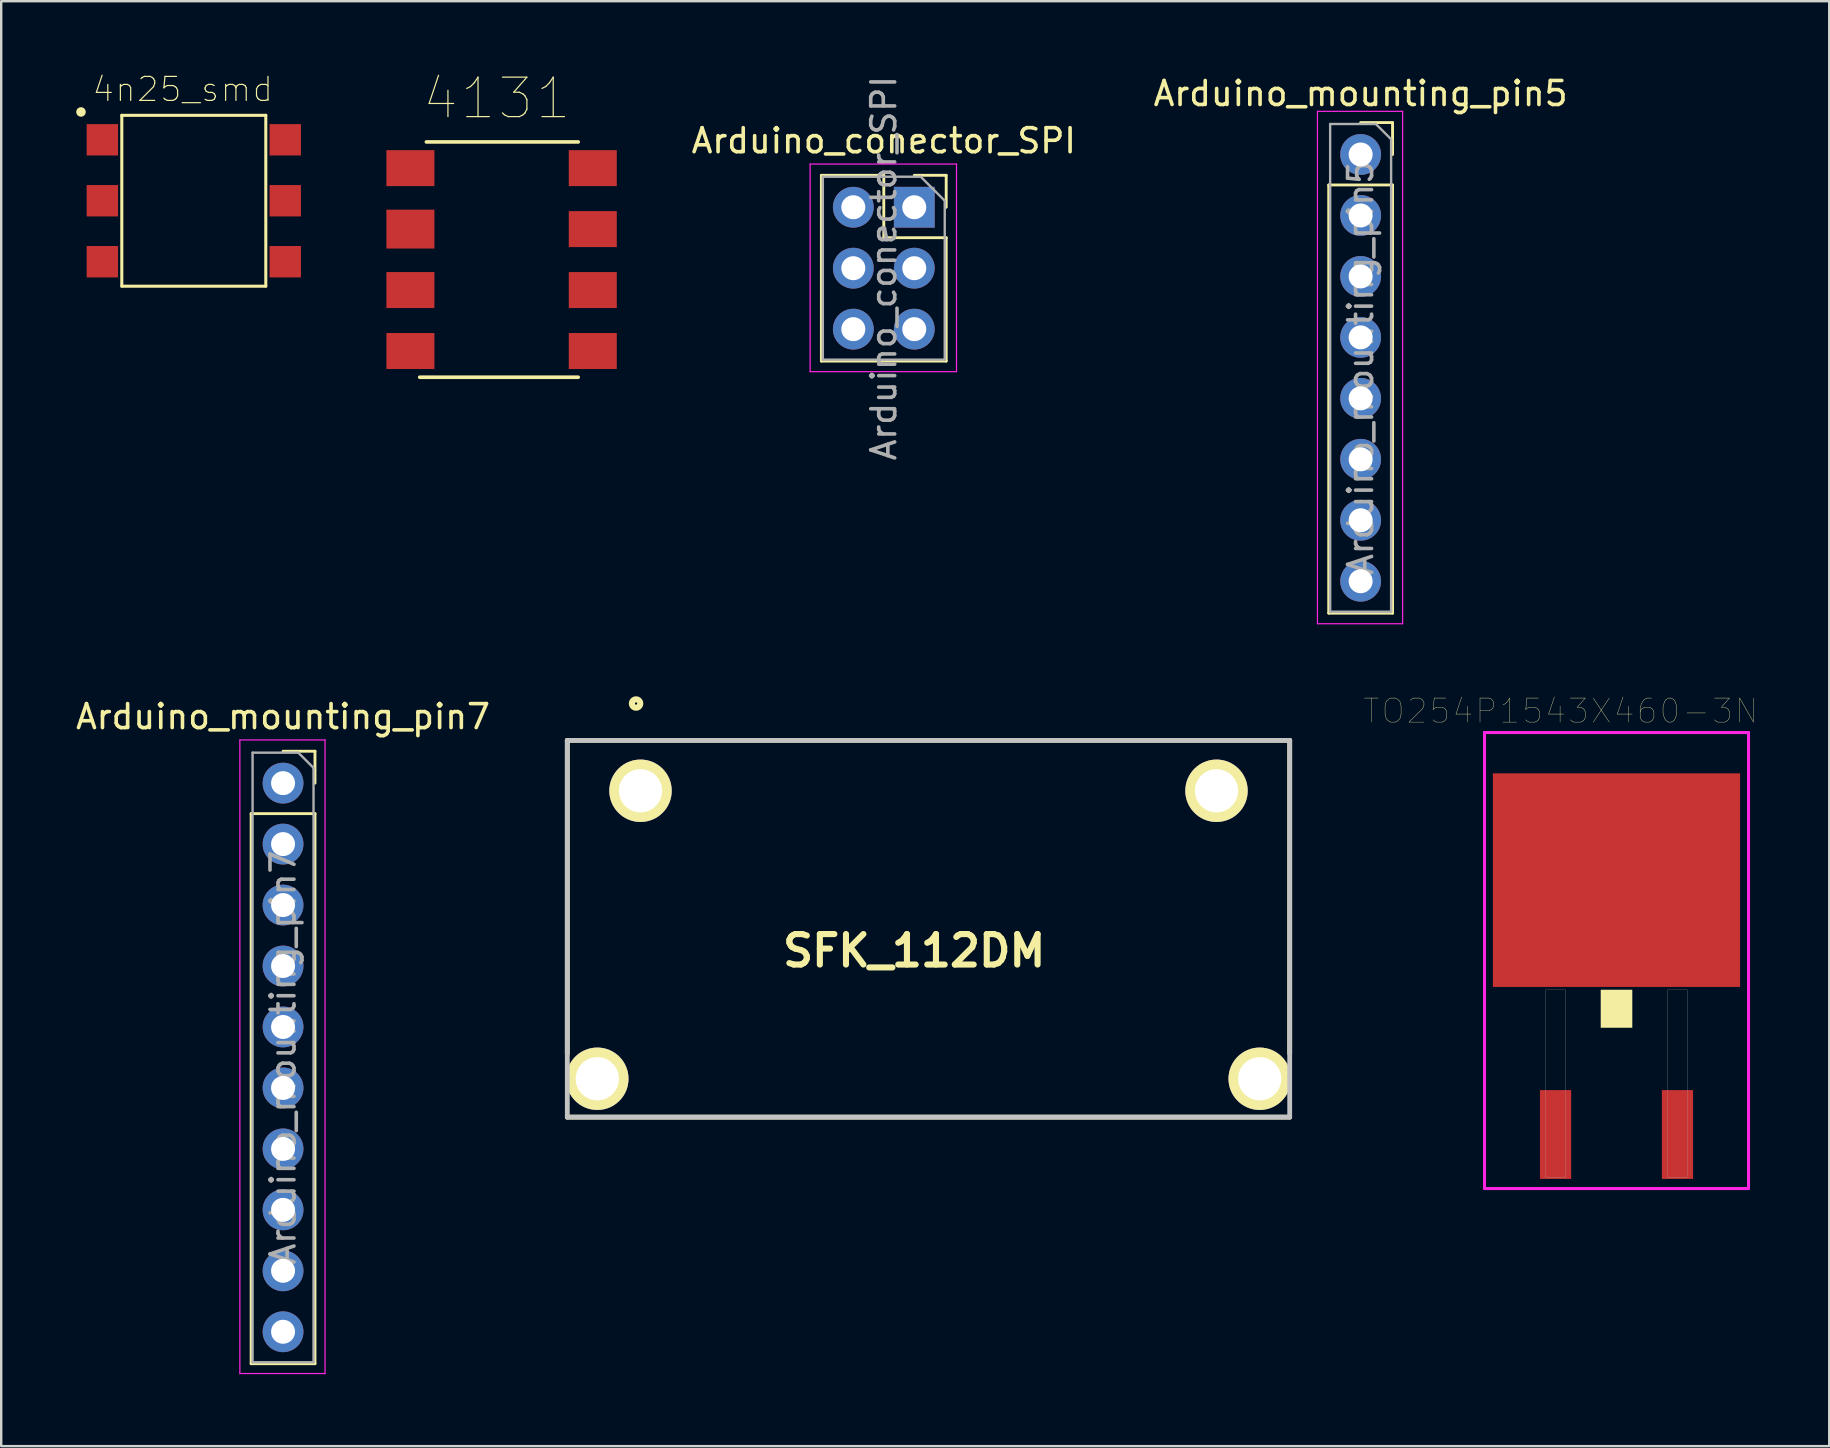
<source format=kicad_pcb>
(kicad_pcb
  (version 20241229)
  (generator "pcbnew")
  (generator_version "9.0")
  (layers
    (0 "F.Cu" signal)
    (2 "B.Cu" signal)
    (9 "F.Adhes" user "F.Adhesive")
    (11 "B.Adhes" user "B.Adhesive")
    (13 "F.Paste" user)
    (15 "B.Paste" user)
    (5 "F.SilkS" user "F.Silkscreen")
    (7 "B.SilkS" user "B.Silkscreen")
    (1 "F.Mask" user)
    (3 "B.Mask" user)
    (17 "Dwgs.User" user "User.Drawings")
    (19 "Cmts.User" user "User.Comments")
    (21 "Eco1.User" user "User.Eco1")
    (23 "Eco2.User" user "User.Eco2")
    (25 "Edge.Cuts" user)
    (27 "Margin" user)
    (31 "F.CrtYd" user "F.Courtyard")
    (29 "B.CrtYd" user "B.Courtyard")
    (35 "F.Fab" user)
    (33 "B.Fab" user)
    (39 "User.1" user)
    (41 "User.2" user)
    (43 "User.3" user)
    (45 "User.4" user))
  (footprint "Arduino_conector_SPI"
    (layer "F.Cu")
    (at 35.045 5.585)
    (property "Reference" "Arduino_conector_SPI" (at -1.27 -2.77 0) (layer "F.SilkS") (effects (font (size 1 1) (thickness 0.15))))
    (attr through_hole)
    (fp_line (start -3.87 -1.33) (end -3.87 6.41) (stroke (width 0.12) (type solid)) (layer "F.SilkS"))
    (fp_line (start -3.87 -1.33) (end -1.27 -1.33) (stroke (width 0.12) (type solid)) (layer "F.SilkS"))
    (fp_line (start -3.87 6.41) (end 1.33 6.41) (stroke (width 0.12) (type solid)) (layer "F.SilkS"))
    (fp_line (start -1.27 -1.33) (end -1.27 1.27) (stroke (width 0.12) (type solid)) (layer "F.SilkS"))
    (fp_line (start -1.27 1.27) (end 1.33 1.27) (stroke (width 0.12) (type solid)) (layer "F.SilkS"))
    (fp_line (start 0 -1.33) (end 1.33 -1.33) (stroke (width 0.12) (type solid)) (layer "F.SilkS"))
    (fp_line (start 1.33 -1.33) (end 1.33 0) (stroke (width 0.12) (type solid)) (layer "F.SilkS"))
    (fp_line (start 1.33 1.27) (end 1.33 6.41) (stroke (width 0.12) (type solid)) (layer "F.SilkS"))
    (fp_line (start -4.34 -1.8) (end 1.76 -1.8) (stroke (width 0.05) (type solid)) (layer "F.CrtYd"))
    (fp_line (start -4.34 6.85) (end -4.34 -1.8) (stroke (width 0.05) (type solid)) (layer "F.CrtYd"))
    (fp_line (start 1.76 -1.8) (end 1.76 6.85) (stroke (width 0.05) (type solid)) (layer "F.CrtYd"))
    (fp_line (start 1.76 6.85) (end -4.34 6.85) (stroke (width 0.05) (type solid)) (layer "F.CrtYd"))
    (fp_line (start -3.81 -1.27) (end 0.27 -1.27) (stroke (width 0.1) (type solid)) (layer "F.Fab"))
    (fp_line (start -3.81 6.35) (end -3.81 -1.27) (stroke (width 0.1) (type solid)) (layer "F.Fab"))
    (fp_line (start 0.27 -1.27) (end 1.27 -0.27) (stroke (width 0.1) (type solid)) (layer "F.Fab"))
    (fp_line (start 1.27 -0.27) (end 1.27 6.35) (stroke (width 0.1) (type solid)) (layer "F.Fab"))
    (fp_line (start 1.27 6.35) (end -3.81 6.35) (stroke (width 0.1) (type solid)) (layer "F.Fab"))
    (fp_text user "${REFERENCE}" (at -1.27 2.54 90) (layer "F.Fab") (effects (font (size 1 1) (thickness 0.15))))
    (pad "5v" thru_hole oval (at -2.54 5.08) (size 1.7 1.7) (drill 1) (layers "*.Cu" "*.Mask"))
    (pad "GND" thru_hole rect (at 0 0) (size 1.7 1.7) (drill 1) (layers "*.Cu" "*.Mask"))
    (pad "MISO" thru_hole oval (at 0 5.08) (size 1.7 1.7) (drill 1) (layers "*.Cu" "*.Mask"))
    (pad "MOSI" thru_hole oval (at -2.54 2.54) (size 1.7 1.7) (drill 1) (layers "*.Cu" "*.Mask"))
    (pad "RESET" thru_hole oval (at -2.54 0) (size 1.7 1.7) (drill 1) (layers "*.Cu" "*.Mask"))
    (pad "SCK" thru_hole oval (at 0 2.54) (size 1.7 1.7) (drill 1) (layers "*.Cu" "*.Mask")))
  (footprint "Arduino_mounting_pin7"
    (layer "F.Cu")
    (at 8.744 29.581)
    (property "Reference" "Arduino_mounting_pin7" (at 0 -2.77 0) (layer "F.SilkS") (effects (font (size 1 1) (thickness 0.15))))
    (attr through_hole)
    (fp_line (start -1.33 1.27) (end -1.33 24.19) (stroke (width 0.12) (type solid)) (layer "F.SilkS"))
    (fp_line (start -1.33 1.27) (end 1.33 1.27) (stroke (width 0.12) (type solid)) (layer "F.SilkS"))
    (fp_line (start -1.33 24.19) (end 1.33 24.19) (stroke (width 0.12) (type solid)) (layer "F.SilkS"))
    (fp_line (start 0 -1.33) (end 1.33 -1.33) (stroke (width 0.12) (type solid)) (layer "F.SilkS"))
    (fp_line (start 1.33 -1.33) (end 1.33 0) (stroke (width 0.12) (type solid)) (layer "F.SilkS"))
    (fp_line (start 1.33 1.27) (end 1.33 24.19) (stroke (width 0.12) (type solid)) (layer "F.SilkS"))
    (fp_line (start -1.8 -1.8) (end 1.75 -1.8) (stroke (width 0.05) (type solid)) (layer "F.CrtYd"))
    (fp_line (start -1.8 24.6) (end -1.8 -1.8) (stroke (width 0.05) (type solid)) (layer "F.CrtYd"))
    (fp_line (start 1.75 -1.8) (end 1.75 24.6) (stroke (width 0.05) (type solid)) (layer "F.CrtYd"))
    (fp_line (start 1.75 24.6) (end -1.8 24.6) (stroke (width 0.05) (type solid)) (layer "F.CrtYd"))
    (fp_line (start -1.27 -1.27) (end 0.635 -1.27) (stroke (width 0.1) (type solid)) (layer "F.Fab"))
    (fp_line (start -1.27 24.13) (end -1.27 -1.27) (stroke (width 0.1) (type solid)) (layer "F.Fab"))
    (fp_line (start 0.635 -1.27) (end 1.27 -0.635) (stroke (width 0.1) (type solid)) (layer "F.Fab"))
    (fp_line (start 1.27 -0.635) (end 1.27 24.13) (stroke (width 0.1) (type solid)) (layer "F.Fab"))
    (fp_line (start 1.27 24.13) (end -1.27 24.13) (stroke (width 0.1) (type solid)) (layer "F.Fab"))
    (fp_text user "${REFERENCE}" (at 0 11.43 90) (layer "F.Fab") (effects (font (size 1 1) (thickness 0.15))))
    (pad "8" thru_hole oval (at 0 22.86) (size 1.7 1.7) (drill 1) (layers "*.Cu" "*.Mask"))
    (pad "9" thru_hole oval (at 0 20.32) (size 1.7 1.7) (drill 1) (layers "*.Cu" "*.Mask"))
    (pad "10" thru_hole oval (at 0 17.78) (size 1.7 1.7) (drill 1) (layers "*.Cu" "*.Mask"))
    (pad "11" thru_hole oval (at 0 15.24) (size 1.7 1.7) (drill 1) (layers "*.Cu" "*.Mask"))
    (pad "12" thru_hole oval (at 0 12.7) (size 1.7 1.7) (drill 1) (layers "*.Cu" "*.Mask"))
    (pad "13" thru_hole oval (at 0 10.16) (size 1.7 1.7) (drill 1) (layers "*.Cu" "*.Mask"))
    (pad "AREF" thru_hole oval (at 0 5.08) (size 1.7 1.7) (drill 1) (layers "*.Cu" "*.Mask"))
    (pad "GND" thru_hole oval (at 0 7.62) (size 1.7 1.7) (drill 1) (layers "*.Cu" "*.Mask"))
    (pad "SCL1" thru_hole circle (at 0 0) (size 1.7 1.7) (drill 1) (layers "*.Cu" "*.Mask"))
    (pad "SDA1" thru_hole oval (at 0 2.54) (size 1.7 1.7) (drill 1) (layers "*.Cu" "*.Mask")))
  (footprint "4131"
    (layer "F.Cu")
    (at 21.55 11.576)
    (property "Reference" "4131" (at -3.899 -10.525 0) (layer "F.SilkS") (effects (font (size 1.645 1.645) (thickness 0.05))))
    (attr through_hole)
    (fp_line (start -7.112 1.092) (end -0.508 1.092) (stroke (width 0.152) (type solid)) (layer "F.SilkS"))
    (fp_line (start -0.508 -8.712) (end -6.833 -8.712) (stroke (width 0.152) (type solid)) (layer "F.SilkS"))
    (fp_line (start -8.103 -8.128) (end -8.103 -7.112) (stroke (width 0.152) (type solid)) (layer "Eco2.User"))
    (fp_line (start -8.103 -7.112) (end -7.112 -7.112) (stroke (width 0.152) (type solid)) (layer "Eco2.User"))
    (fp_line (start -8.103 -5.588) (end -8.103 -4.572) (stroke (width 0.152) (type solid)) (layer "Eco2.User"))
    (fp_line (start -8.103 -4.572) (end -7.112 -4.572) (stroke (width 0.152) (type solid)) (layer "Eco2.User"))
    (fp_line (start -8.103 -3.048) (end -8.103 -2.032) (stroke (width 0.152) (type solid)) (layer "Eco2.User"))
    (fp_line (start -8.103 -2.032) (end -7.112 -2.032) (stroke (width 0.152) (type solid)) (layer "Eco2.User"))
    (fp_line (start -8.103 -0.483) (end -8.103 0.508) (stroke (width 0.152) (type solid)) (layer "Eco2.User"))
    (fp_line (start -8.103 0.508) (end -7.112 0.508) (stroke (width 0.152) (type solid)) (layer "Eco2.User"))
    (fp_line (start -7.112 -8.712) (end -7.112 1.092) (stroke (width 0.152) (type solid)) (layer "Eco2.User"))
    (fp_line (start -7.112 -8.128) (end -8.103 -8.128) (stroke (width 0.152) (type solid)) (layer "Eco2.User"))
    (fp_line (start -7.112 -7.112) (end -7.112 -8.128) (stroke (width 0.152) (type solid)) (layer "Eco2.User"))
    (fp_line (start -7.112 -5.588) (end -8.103 -5.588) (stroke (width 0.152) (type solid)) (layer "Eco2.User"))
    (fp_line (start -7.112 -4.572) (end -7.112 -5.588) (stroke (width 0.152) (type solid)) (layer "Eco2.User"))
    (fp_line (start -7.112 -3.048) (end -8.103 -3.048) (stroke (width 0.152) (type solid)) (layer "Eco2.User"))
    (fp_line (start -7.112 -2.032) (end -7.112 -3.048) (stroke (width 0.152) (type solid)) (layer "Eco2.User"))
    (fp_line (start -7.112 -0.508) (end -8.103 -0.483) (stroke (width 0.152) (type solid)) (layer "Eco2.User"))
    (fp_line (start -7.112 0.508) (end -7.112 -0.508) (stroke (width 0.152) (type solid)) (layer "Eco2.User"))
    (fp_line (start -7.112 1.092) (end -0.508 1.092) (stroke (width 0.152) (type solid)) (layer "Eco2.User"))
    (fp_line (start -0.508 -8.712) (end -7.112 -8.712) (stroke (width 0.152) (type solid)) (layer "Eco2.User"))
    (fp_line (start -0.508 -8.128) (end -0.508 -7.112) (stroke (width 0.152) (type solid)) (layer "Eco2.User"))
    (fp_line (start -0.508 -7.112) (end 0.483 -7.112) (stroke (width 0.152) (type solid)) (layer "Eco2.User"))
    (fp_line (start -0.508 -5.588) (end -0.508 -4.572) (stroke (width 0.152) (type solid)) (layer "Eco2.User"))
    (fp_line (start -0.508 -4.572) (end 0.483 -4.572) (stroke (width 0.152) (type solid)) (layer "Eco2.User"))
    (fp_line (start -0.508 -3.048) (end -0.508 -2.032) (stroke (width 0.152) (type solid)) (layer "Eco2.User"))
    (fp_line (start -0.508 -2.032) (end 0.483 -2.057) (stroke (width 0.152) (type solid)) (layer "Eco2.User"))
    (fp_line (start -0.508 -0.508) (end -0.508 0.508) (stroke (width 0.152) (type solid)) (layer "Eco2.User"))
    (fp_line (start -0.508 0.508) (end 0.483 0.483) (stroke (width 0.152) (type solid)) (layer "Eco2.User"))
    (fp_line (start -0.508 1.092) (end -0.508 -8.712) (stroke (width 0.152) (type solid)) (layer "Eco2.User"))
    (fp_line (start 0.483 -8.128) (end -0.508 -8.128) (stroke (width 0.152) (type solid)) (layer "Eco2.User"))
    (fp_line (start 0.483 -7.112) (end 0.483 -8.128) (stroke (width 0.152) (type solid)) (layer "Eco2.User"))
    (fp_line (start 0.483 -5.588) (end -0.508 -5.588) (stroke (width 0.152) (type solid)) (layer "Eco2.User"))
    (fp_line (start 0.483 -4.572) (end 0.483 -5.588) (stroke (width 0.152) (type solid)) (layer "Eco2.User"))
    (fp_line (start 0.483 -3.048) (end -0.508 -3.048) (stroke (width 0.152) (type solid)) (layer "Eco2.User"))
    (fp_line (start 0.483 -2.057) (end 0.483 -3.048) (stroke (width 0.152) (type solid)) (layer "Eco2.User"))
    (fp_line (start 0.483 -0.508) (end -0.508 -0.508) (stroke (width 0.152) (type solid)) (layer "Eco2.User"))
    (fp_line (start 0.483 0.483) (end 0.483 -0.508) (stroke (width 0.152) (type solid)) (layer "Eco2.User"))
    (pad "1" smd trapezoid (at -7.5 -7.62) (size 2 1.499) (layers "F.Cu" "F.Mask" "F.Paste"))
    (pad "2" smd trapezoid (at -7.5 -5.08) (size 2 1.62) (layers "F.Cu" "F.Mask" "F.Paste"))
    (pad "3" smd trapezoid (at -7.5 -2.54) (size 2 1.499) (layers "F.Cu" "F.Mask" "F.Paste"))
    (pad "4" smd trapezoid (at -7.5 0) (size 2 1.499) (layers "F.Cu" "F.Mask" "F.Paste"))
    (pad "5" smd rect (at 0.1 0) (size 2 1.499) (layers "F.Cu" "F.Mask" "F.Paste"))
    (pad "6" smd trapezoid (at 0.1 -2.54) (size 2 1.499) (layers "F.Cu" "F.Mask" "F.Paste"))
    (pad "7" smd trapezoid (at 0.1 -5.08) (size 2 1.499) (layers "F.Cu" "F.Mask" "F.Paste"))
    (pad "8" smd rect (at 0.1 -7.62) (size 2 1.499) (layers "F.Cu" "F.Mask" "F.Paste")))
  (footprint "TO254P1543X460-3N"
    (layer "F.Cu")
    (at 64.305 44.222)
    (property "Reference" "TO254P1543X460-3N" (at -2.327 -17.647 0) (layer "F.SilkS") (effects (font (size 1.001 1.001) (thickness 0.015))))
    (attr through_hole)
    (fp_poly (pts (xy -0.65 -6.025) (xy 0.65 -6.025) (xy 0.65 -4.451) (xy -0.65 -4.451)) (stroke (width 0.01) (type solid)) (fill yes) (layer "F.SilkS"))
    (fp_line (start -5.5 -16.75) (end 5.5 -16.75) (stroke (width 0.127) (type solid)) (layer "F.CrtYd"))
    (fp_line (start -5.5 2.25) (end -5.5 -16.75) (stroke (width 0.127) (type solid)) (layer "F.CrtYd"))
    (fp_line (start 5.5 -16.75) (end 5.5 2.25) (stroke (width 0.127) (type solid)) (layer "F.CrtYd"))
    (fp_line (start 5.5 2.25) (end -5.5 2.25) (stroke (width 0.127) (type solid)) (layer "F.CrtYd"))
    (fp_poly (pts (xy -2.949 -6.026) (xy -2.133 -6.026) (xy -2.133 1.789) (xy -2.949 1.789)) (stroke (width 0.01) (type solid)) (fill no) (layer "F.Fab"))
    (fp_poly (pts (xy 2.134 -6.026) (xy 2.947 -6.026) (xy 2.947 1.79) (xy 2.134 1.79)) (stroke (width 0.01) (type solid)) (fill no) (layer "F.Fab"))
    (pad "1" smd rect (at -2.54 0) (size 1.3 3.7) (layers "F.Cu" "F.Mask" "F.Paste"))
    (pad "3" smd rect (at 2.54 0) (size 1.3 3.7) (layers "F.Cu" "F.Mask" "F.Paste"))
    (pad "4" smd rect (at 0 -10.6) (size 10.3 8.9) (layers "F.Cu" "F.Mask" "F.Paste")))
  (footprint "Arduino_mounting_pin5"
    (layer "F.Cu")
    (at 53.644 5.928)
    (property "Reference" "Arduino_mounting_pin5" (at 0 -5.08 0) (layer "F.SilkS") (effects (font (size 1 1) (thickness 0.15))))
    (attr through_hole)
    (fp_line (start -1.33 -1.27) (end -1.33 16.57) (stroke (width 0.12) (type solid)) (layer "F.SilkS"))
    (fp_line (start -1.33 -1.27) (end 1.33 -1.27) (stroke (width 0.12) (type solid)) (layer "F.SilkS"))
    (fp_line (start -1.33 16.57) (end 1.33 16.57) (stroke (width 0.12) (type solid)) (layer "F.SilkS"))
    (fp_line (start 0 -3.87) (end 1.33 -3.87) (stroke (width 0.12) (type solid)) (layer "F.SilkS"))
    (fp_line (start 1.33 -3.87) (end 1.33 -2.54) (stroke (width 0.12) (type solid)) (layer "F.SilkS"))
    (fp_line (start 1.33 -1.27) (end 1.33 16.57) (stroke (width 0.12) (type solid)) (layer "F.SilkS"))
    (fp_line (start -1.8 -4.34) (end 1.75 -4.34) (stroke (width 0.05) (type solid)) (layer "F.CrtYd"))
    (fp_line (start -1.8 17.01) (end -1.8 -4.34) (stroke (width 0.05) (type solid)) (layer "F.CrtYd"))
    (fp_line (start 1.75 -4.34) (end 1.75 17.01) (stroke (width 0.05) (type solid)) (layer "F.CrtYd"))
    (fp_line (start 1.75 17.01) (end -1.8 17.01) (stroke (width 0.05) (type solid)) (layer "F.CrtYd"))
    (fp_line (start -1.27 -3.81) (end 0.635 -3.81) (stroke (width 0.1) (type solid)) (layer "F.Fab"))
    (fp_line (start -1.27 16.51) (end -1.27 -3.81) (stroke (width 0.1) (type solid)) (layer "F.Fab"))
    (fp_line (start 0.635 -3.81) (end 1.27 -3.175) (stroke (width 0.1) (type solid)) (layer "F.Fab"))
    (fp_line (start 1.27 -3.175) (end 1.27 16.51) (stroke (width 0.1) (type solid)) (layer "F.Fab"))
    (fp_line (start 1.27 16.51) (end -1.27 16.51) (stroke (width 0.1) (type solid)) (layer "F.Fab"))
    (fp_text user "${REFERENCE}" (at 0 6.35 90) (layer "F.Fab") (effects (font (size 1 1) (thickness 0.15))))
    (pad "14" thru_hole circle (at 0 -2.54) (size 1.7 1.7) (drill 1) (layers "*.Cu" "*.Mask"))
    (pad "15" thru_hole oval (at 0 0) (size 1.7 1.7) (drill 1) (layers "*.Cu" "*.Mask"))
    (pad "16" thru_hole oval (at 0 2.54) (size 1.7 1.7) (drill 1) (layers "*.Cu" "*.Mask"))
    (pad "17" thru_hole oval (at 0 5.08) (size 1.7 1.7) (drill 1) (layers "*.Cu" "*.Mask"))
    (pad "18" thru_hole oval (at 0 7.62) (size 1.7 1.7) (drill 1) (layers "*.Cu" "*.Mask"))
    (pad "19" thru_hole oval (at 0 10.16) (size 1.7 1.7) (drill 1) (layers "*.Cu" "*.Mask"))
    (pad "20" thru_hole oval (at 0 12.7) (size 1.7 1.7) (drill 1) (layers "*.Cu" "*.Mask"))
    (pad "21" thru_hole oval (at 0 15.24) (size 1.7 1.7) (drill 1) (layers "*.Cu" "*.Mask")))
  (footprint "SFK_112DM"
    (layer "F.Cu")
    (at 35.638 27.799)
    (property "Reference" "SFK_112DM" (at -0.596 8.766 0) (layer "F.SilkS") (effects (font (size 1.27 1.27) (thickness 0.254))))
    (attr through_hole)
    (fp_line (start -15.05 0) (end -15.05 13.048) (stroke (width 0.2) (type solid)) (layer "F.SilkS"))
    (fp_line (start -15.05 0) (end 15.05 0) (stroke (width 0.2) (type solid)) (layer "F.SilkS"))
    (fp_line (start -15.05 15.7) (end 15.05 15.7) (stroke (width 0.2) (type solid)) (layer "F.SilkS"))
    (fp_line (start 15.05 0) (end 15.05 13.048) (stroke (width 0.2) (type solid)) (layer "F.SilkS"))
    (fp_circle (center -12.185 -1.535) (end -12.359 -1.535) (stroke (width 0.254) (type solid)) (fill no) (layer "F.SilkS"))
    (fp_line (start -15.05 0) (end 15.05 0) (stroke (width 0.2) (type solid)) (layer "Dwgs.User"))
    (fp_line (start -15.05 15.7) (end -15.05 0) (stroke (width 0.2) (type solid)) (layer "Dwgs.User"))
    (fp_line (start 15.05 0) (end 15.05 15.7) (stroke (width 0.2) (type solid)) (layer "Dwgs.User"))
    (fp_line (start 15.05 15.7) (end -15.05 15.7) (stroke (width 0.2) (type solid)) (layer "Dwgs.User"))
    (pad "1" thru_hole circle (at -12 2.1 90) (size 2.6 2.6) (drill 1.8) (layers "*.Cu" "*.Mask" "F.SilkS"))
    (pad "2" thru_hole circle (at 12 2.1 90) (size 2.6 2.6) (drill 1.8) (layers "*.Cu" "*.Mask" "F.SilkS"))
    (pad "3" thru_hole circle (at 13.8 14.1 90) (size 2.6 2.6) (drill 1.8) (layers "*.Cu" "*.Mask" "F.SilkS"))
    (pad "4" thru_hole circle (at -13.8 14.1 90) (size 2.6 2.6) (drill 1.8) (layers "*.Cu" "*.Mask" "F.SilkS")))
  (footprint "4n25_smd"
    (layer "F.Cu")
    (at 5.025 5.315)
    (property "Reference" "4n25_smd" (at -0.461 -4.642 0) (layer "F.SilkS") (effects (font (size 1.001 1.001) (thickness 0.05))))
    (attr through_hole)
    (fp_line (start -3 -3.56) (end 3 -3.56) (stroke (width 0.127) (type solid)) (layer "F.SilkS"))
    (fp_line (start -3 3.56) (end -3 -3.56) (stroke (width 0.127) (type solid)) (layer "F.SilkS"))
    (fp_line (start 3 -3.56) (end 3 3.56) (stroke (width 0.127) (type solid)) (layer "F.SilkS"))
    (fp_line (start 3 3.56) (end -3 3.56) (stroke (width 0.127) (type solid)) (layer "F.SilkS"))
    (fp_circle (center -4.7 -3.7) (end -4.6 -3.7) (stroke (width 0.2) (type solid)) (fill no) (layer "F.SilkS"))
    (fp_line (start -5 -4) (end 5 -4) (stroke (width 0.05) (type solid)) (layer "Eco1.User"))
    (fp_line (start -5 4) (end -5 -4) (stroke (width 0.05) (type solid)) (layer "Eco1.User"))
    (fp_line (start 5 -4) (end 5 4) (stroke (width 0.05) (type solid)) (layer "Eco1.User"))
    (fp_line (start 5 4) (end -5 4) (stroke (width 0.05) (type solid)) (layer "Eco1.User"))
    (fp_line (start -3 -3.56) (end 3 -3.56) (stroke (width 0.127) (type solid)) (layer "Eco2.User"))
    (fp_line (start -3 3.56) (end -3 -3.56) (stroke (width 0.127) (type solid)) (layer "Eco2.User"))
    (fp_line (start 3 -3.56) (end 3 3.56) (stroke (width 0.127) (type solid)) (layer "Eco2.User"))
    (fp_line (start 3 3.56) (end -3 3.56) (stroke (width 0.127) (type solid)) (layer "Eco2.User"))
    (fp_circle (center -2.1 -2.5) (end -1.65 -2.5) (stroke (width 0.127) (type solid)) (fill no) (layer "Eco2.User"))
    (pad "1" smd rect (at -3.81 -2.54) (size 1.308 1.308) (layers "F.Cu" "F.Mask" "F.Paste"))
    (pad "2" smd rect (at -3.81 0) (size 1.308 1.308) (layers "F.Cu" "F.Mask" "F.Paste"))
    (pad "3" smd rect (at -3.81 2.54) (size 1.308 1.308) (layers "F.Cu" "F.Mask" "F.Paste"))
    (pad "4" smd rect (at 3.81 2.54) (size 1.308 1.308) (layers "F.Cu" "F.Mask" "F.Paste"))
    (pad "5" smd rect (at 3.81 0) (size 1.308 1.308) (layers "F.Cu" "F.Mask" "F.Paste"))
    (pad "6" smd rect (at 3.81 -2.54) (size 1.308 1.308) (layers "F.Cu" "F.Mask" "F.Paste")))
  (gr_rect
    (start -3 -3)
    (end 73.168 57.206)
    (stroke (width 0.1) (type default))
    (fill no)
    (layer "Edge.Cuts")))
</source>
